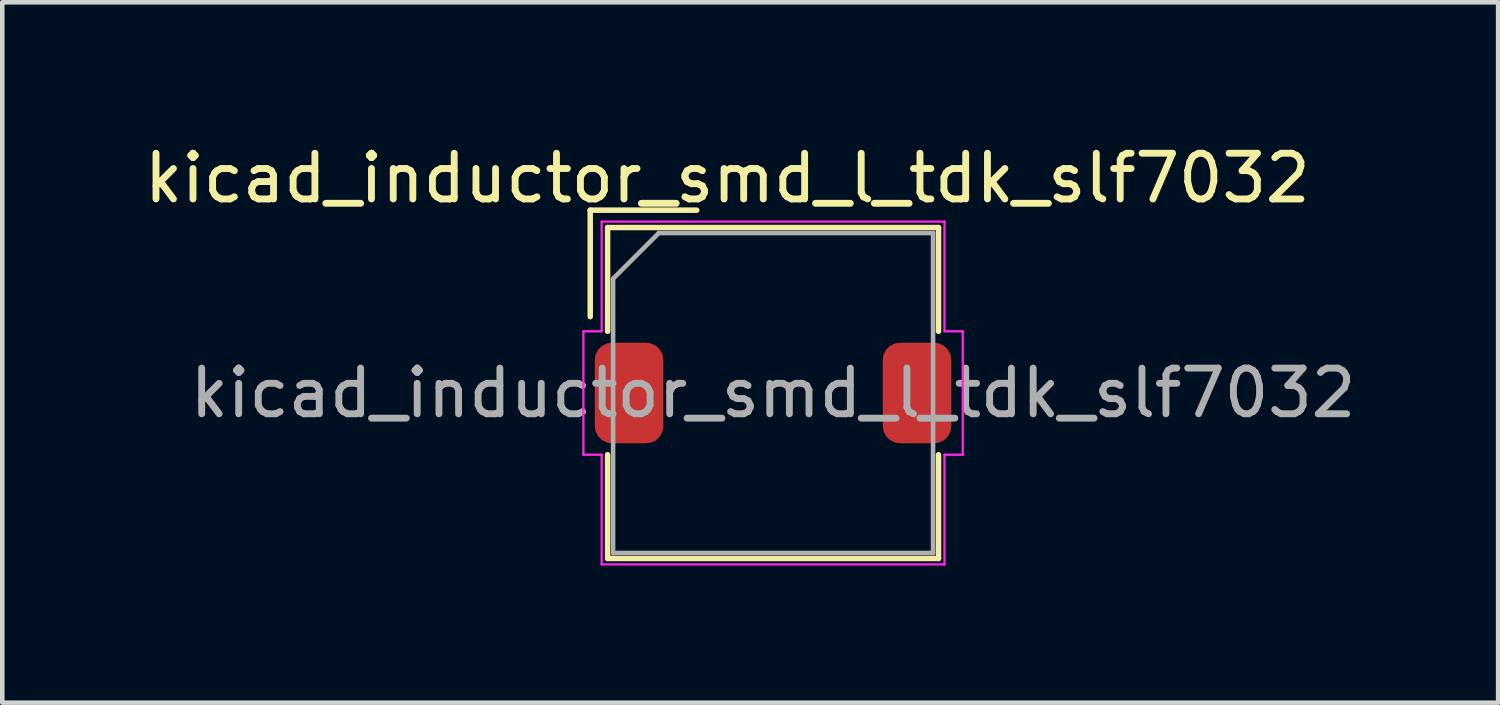
<source format=kicad_pcb>
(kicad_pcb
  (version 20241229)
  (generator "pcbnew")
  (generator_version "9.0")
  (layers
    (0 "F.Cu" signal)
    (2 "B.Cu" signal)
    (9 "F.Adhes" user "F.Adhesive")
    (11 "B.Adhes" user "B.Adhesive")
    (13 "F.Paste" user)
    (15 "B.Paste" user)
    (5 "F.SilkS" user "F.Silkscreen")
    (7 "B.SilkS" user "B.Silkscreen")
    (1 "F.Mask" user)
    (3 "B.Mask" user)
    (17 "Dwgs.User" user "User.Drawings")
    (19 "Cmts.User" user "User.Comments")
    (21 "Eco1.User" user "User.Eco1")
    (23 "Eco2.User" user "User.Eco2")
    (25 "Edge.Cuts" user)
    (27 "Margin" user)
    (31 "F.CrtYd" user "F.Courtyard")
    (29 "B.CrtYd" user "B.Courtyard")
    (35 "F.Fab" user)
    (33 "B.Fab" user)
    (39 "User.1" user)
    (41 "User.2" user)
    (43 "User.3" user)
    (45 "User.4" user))
  (footprint "kicad_inductor_smd_l_tdk_slf7032"
    (layer "F.Cu")
    (at 13.863 5.548)
    (property "Reference" "kicad_inductor_smd_l_tdk_slf7032" (at -1 -4.7 0) (layer "F.SilkS") (effects (font (size 1 1) (thickness 0.15))))
    (attr smd)
    (fp_line (start -4 -4) (end -1.67 -4) (stroke (width 0.12) (type solid)) (layer "F.SilkS"))
    (fp_line (start -4 -1.67) (end -4 -4) (stroke (width 0.12) (type solid)) (layer "F.SilkS"))
    (fp_line (start -3.62 -3.62) (end -3.62 -1.35) (stroke (width 0.12) (type solid)) (layer "F.SilkS"))
    (fp_line (start -3.62 -3.62) (end 3.62 -3.62) (stroke (width 0.12) (type solid)) (layer "F.SilkS"))
    (fp_line (start -3.62 1.35) (end -3.62 3.62) (stroke (width 0.12) (type solid)) (layer "F.SilkS"))
    (fp_line (start -3.62 3.62) (end 3.62 3.62) (stroke (width 0.12) (type solid)) (layer "F.SilkS"))
    (fp_line (start 3.62 -3.62) (end 3.62 -1.35) (stroke (width 0.12) (type solid)) (layer "F.SilkS"))
    (fp_line (start 3.62 1.35) (end 3.62 3.62) (stroke (width 0.12) (type solid)) (layer "F.SilkS"))
    (fp_line (start -4.15 -1.35) (end -4.15 1.35) (stroke (width 0.05) (type solid)) (layer "F.CrtYd"))
    (fp_line (start -4.15 1.35) (end -3.75 1.35) (stroke (width 0.05) (type solid)) (layer "F.CrtYd"))
    (fp_line (start -3.75 -3.75) (end -3.75 -1.35) (stroke (width 0.05) (type solid)) (layer "F.CrtYd"))
    (fp_line (start -3.75 -3.75) (end 3.75 -3.75) (stroke (width 0.05) (type solid)) (layer "F.CrtYd"))
    (fp_line (start -3.75 -1.35) (end -4.15 -1.35) (stroke (width 0.05) (type solid)) (layer "F.CrtYd"))
    (fp_line (start -3.75 1.35) (end -3.75 3.75) (stroke (width 0.05) (type solid)) (layer "F.CrtYd"))
    (fp_line (start -3.75 3.75) (end 3.75 3.75) (stroke (width 0.05) (type solid)) (layer "F.CrtYd"))
    (fp_line (start 3.75 -3.75) (end 3.75 -1.35) (stroke (width 0.05) (type solid)) (layer "F.CrtYd"))
    (fp_line (start 3.75 -1.35) (end 4.15 -1.35) (stroke (width 0.05) (type solid)) (layer "F.CrtYd"))
    (fp_line (start 3.75 1.35) (end 3.75 3.75) (stroke (width 0.05) (type solid)) (layer "F.CrtYd"))
    (fp_line (start 4.15 -1.35) (end 4.15 1.35) (stroke (width 0.05) (type solid)) (layer "F.CrtYd"))
    (fp_line (start 4.15 1.35) (end 3.75 1.35) (stroke (width 0.05) (type solid)) (layer "F.CrtYd"))
    (fp_line (start -3.5 -2.5) (end -2.5 -3.5) (stroke (width 0.1) (type solid)) (layer "F.Fab"))
    (fp_line (start -3.5 3.5) (end -3.5 -2.5) (stroke (width 0.1) (type solid)) (layer "F.Fab"))
    (fp_line (start -2.5 -3.5) (end 3.5 -3.5) (stroke (width 0.1) (type solid)) (layer "F.Fab"))
    (fp_line (start 3.5 -3.5) (end 3.5 3.5) (stroke (width 0.1) (type solid)) (layer "F.Fab"))
    (fp_line (start 3.5 3.5) (end -3.5 3.5) (stroke (width 0.1) (type solid)) (layer "F.Fab"))
    (fp_text user "${REFERENCE}" (at 0 0 0) (layer "F.Fab") (effects (font (size 1 1) (thickness 0.15))))
    (pad "1" smd roundrect (at -3.15 0) (size 1.5 2.2) (layers "F.Cu" "F.Mask" "F.Paste") (roundrect_rratio 0.25))
    (pad "2" smd roundrect (at 3.15 0) (size 1.5 2.2) (layers "F.Cu" "F.Mask" "F.Paste") (roundrect_rratio 0.25)))
  (gr_rect
    (start -3 -3)
    (end 29.726 12.323)
    (stroke (width 0.1) (type default))
    (fill no)
    (layer "Edge.Cuts")))
</source>
